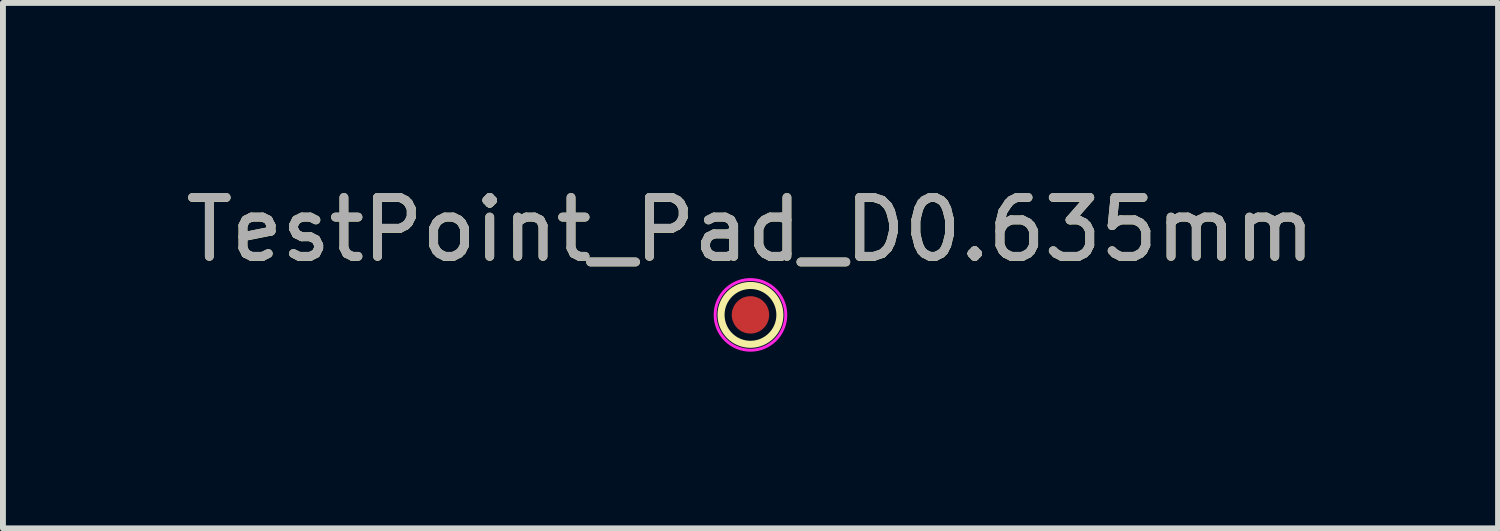
<source format=kicad_pcb>
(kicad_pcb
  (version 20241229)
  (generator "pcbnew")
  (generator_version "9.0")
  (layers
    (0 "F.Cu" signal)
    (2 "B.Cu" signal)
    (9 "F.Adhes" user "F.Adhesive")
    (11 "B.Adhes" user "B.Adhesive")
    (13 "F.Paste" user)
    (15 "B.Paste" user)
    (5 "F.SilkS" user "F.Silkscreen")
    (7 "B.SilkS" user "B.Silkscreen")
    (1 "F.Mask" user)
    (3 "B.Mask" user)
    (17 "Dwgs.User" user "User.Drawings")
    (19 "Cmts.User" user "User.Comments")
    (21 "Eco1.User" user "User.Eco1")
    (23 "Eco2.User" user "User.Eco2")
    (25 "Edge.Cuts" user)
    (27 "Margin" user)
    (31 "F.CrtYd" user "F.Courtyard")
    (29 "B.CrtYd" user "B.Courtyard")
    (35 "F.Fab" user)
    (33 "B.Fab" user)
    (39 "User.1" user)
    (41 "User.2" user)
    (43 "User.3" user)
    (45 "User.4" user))
  (footprint "TestPoint_Pad_D0.635mm"
    (layer "F.Cu")
    (at 9.696 2.298)
    (property "Reference" "TestPoint_Pad_D0.635mm" (at 0 -1.448 0) (layer "F.SilkS") (effects (font (size 1 1) (thickness 0.15))))
    (attr exclude_from_pos_files exclude_from_bom)
    (fp_circle (center 0 0) (end 0.5 0) (stroke (width 0.12) (type solid)) (fill no) (layer "F.SilkS"))
    (fp_circle (center 0 0) (end 0.6 0) (stroke (width 0.05) (type solid)) (fill no) (layer "F.CrtYd"))
    (fp_text user "${REFERENCE}" (at 0 -1.45 0) (layer "F.Fab") (effects (font (size 1 1) (thickness 0.15))))
    (pad "1" smd circle (at 0 0) (size 0.635 0.635) (layers "F.Cu" "F.Mask")))
  (gr_rect
    (start -3 -3)
    (end 22.393 5.923)
    (stroke (width 0.1) (type default))
    (fill no)
    (layer "Edge.Cuts")))
</source>
